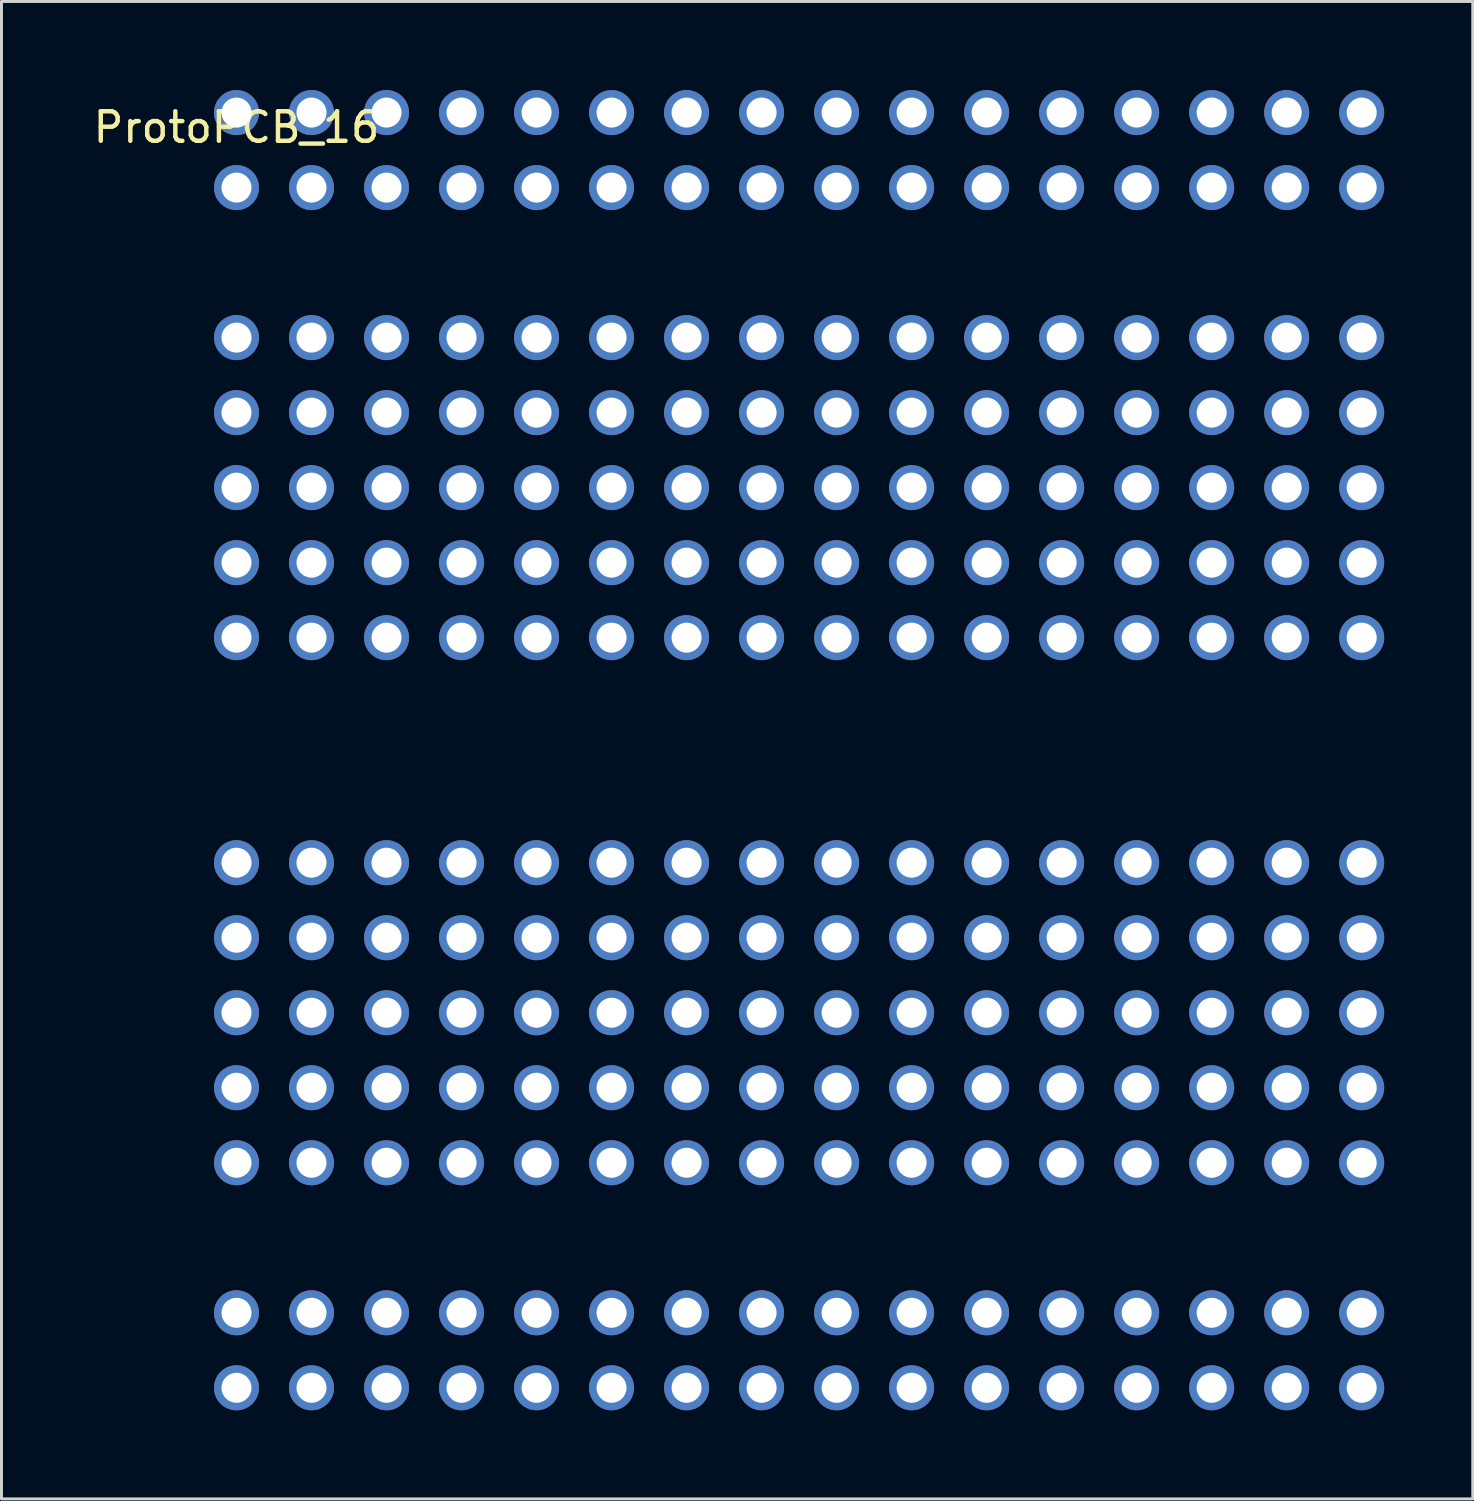
<source format=kicad_pcb>
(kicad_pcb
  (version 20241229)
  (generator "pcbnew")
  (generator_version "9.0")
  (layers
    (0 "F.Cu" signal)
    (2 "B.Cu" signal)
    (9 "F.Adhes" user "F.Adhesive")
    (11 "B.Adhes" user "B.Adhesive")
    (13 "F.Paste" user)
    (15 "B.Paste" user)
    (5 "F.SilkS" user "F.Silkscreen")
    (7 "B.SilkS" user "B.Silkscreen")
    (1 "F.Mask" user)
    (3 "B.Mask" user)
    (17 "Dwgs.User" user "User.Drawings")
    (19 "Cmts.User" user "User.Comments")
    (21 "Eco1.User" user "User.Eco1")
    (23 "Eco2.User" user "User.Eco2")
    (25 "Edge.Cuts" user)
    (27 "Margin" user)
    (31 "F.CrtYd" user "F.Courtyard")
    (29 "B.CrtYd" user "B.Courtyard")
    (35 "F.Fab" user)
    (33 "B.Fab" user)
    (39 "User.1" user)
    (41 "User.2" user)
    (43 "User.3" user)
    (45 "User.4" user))
  (footprint "ProtoPCB_16"
    (layer "F.Cu")
    (at 4.958 0.762)
    (property "Reference" "ProtoPCB_16" (at 0 0.5 0) (layer "F.SilkS") (effects (font (size 1 1) (thickness 0.15))))
    (attr through_hole)
    (pad "1" thru_hole circle (at 0 0) (size 1.524 1.524) (drill 1.016) (layers "*.Cu" "*.Mask"))
    (pad "1" thru_hole circle (at 0 2.54) (size 1.524 1.524) (drill 1.016) (layers "*.Cu" "*.Mask"))
    (pad "1" thru_hole circle (at 0 7.62) (size 1.524 1.524) (drill 1.016) (layers "*.Cu" "*.Mask"))
    (pad "1" thru_hole circle (at 0 10.16) (size 1.524 1.524) (drill 1.016) (layers "*.Cu" "*.Mask"))
    (pad "1" thru_hole circle (at 0 12.7) (size 1.524 1.524) (drill 1.016) (layers "*.Cu" "*.Mask"))
    (pad "1" thru_hole circle (at 0 15.24) (size 1.524 1.524) (drill 1.016) (layers "*.Cu" "*.Mask"))
    (pad "1" thru_hole circle (at 0 17.78) (size 1.524 1.524) (drill 1.016) (layers "*.Cu" "*.Mask"))
    (pad "1" thru_hole circle (at 0 25.4) (size 1.524 1.524) (drill 1.016) (layers "*.Cu" "*.Mask"))
    (pad "1" thru_hole circle (at 0 27.94) (size 1.524 1.524) (drill 1.016) (layers "*.Cu" "*.Mask"))
    (pad "1" thru_hole circle (at 0 30.48) (size 1.524 1.524) (drill 1.016) (layers "*.Cu" "*.Mask"))
    (pad "1" thru_hole circle (at 0 33.02) (size 1.524 1.524) (drill 1.016) (layers "*.Cu" "*.Mask"))
    (pad "1" thru_hole circle (at 0 35.56) (size 1.524 1.524) (drill 1.016) (layers "*.Cu" "*.Mask"))
    (pad "1" thru_hole circle (at 0 40.64) (size 1.524 1.524) (drill 1.016) (layers "*.Cu" "*.Mask"))
    (pad "1" thru_hole circle (at 0 43.18) (size 1.524 1.524) (drill 1.016) (layers "*.Cu" "*.Mask"))
    (pad "1" thru_hole circle (at 2.54 0) (size 1.524 1.524) (drill 1.016) (layers "*.Cu" "*.Mask"))
    (pad "1" thru_hole circle (at 2.54 2.54) (size 1.524 1.524) (drill 1.016) (layers "*.Cu" "*.Mask"))
    (pad "1" thru_hole circle (at 2.54 7.62) (size 1.524 1.524) (drill 1.016) (layers "*.Cu" "*.Mask"))
    (pad "1" thru_hole circle (at 2.54 10.16) (size 1.524 1.524) (drill 1.016) (layers "*.Cu" "*.Mask"))
    (pad "1" thru_hole circle (at 2.54 12.7) (size 1.524 1.524) (drill 1.016) (layers "*.Cu" "*.Mask"))
    (pad "1" thru_hole circle (at 2.54 15.24) (size 1.524 1.524) (drill 1.016) (layers "*.Cu" "*.Mask"))
    (pad "1" thru_hole circle (at 2.54 17.78) (size 1.524 1.524) (drill 1.016) (layers "*.Cu" "*.Mask"))
    (pad "1" thru_hole circle (at 2.54 25.4) (size 1.524 1.524) (drill 1.016) (layers "*.Cu" "*.Mask"))
    (pad "1" thru_hole circle (at 2.54 27.94) (size 1.524 1.524) (drill 1.016) (layers "*.Cu" "*.Mask"))
    (pad "1" thru_hole circle (at 2.54 30.48) (size 1.524 1.524) (drill 1.016) (layers "*.Cu" "*.Mask"))
    (pad "1" thru_hole circle (at 2.54 33.02) (size 1.524 1.524) (drill 1.016) (layers "*.Cu" "*.Mask"))
    (pad "1" thru_hole circle (at 2.54 35.56) (size 1.524 1.524) (drill 1.016) (layers "*.Cu" "*.Mask"))
    (pad "1" thru_hole circle (at 2.54 40.64) (size 1.524 1.524) (drill 1.016) (layers "*.Cu" "*.Mask"))
    (pad "1" thru_hole circle (at 2.54 43.18) (size 1.524 1.524) (drill 1.016) (layers "*.Cu" "*.Mask"))
    (pad "1" thru_hole circle (at 5.08 0) (size 1.524 1.524) (drill 1.016) (layers "*.Cu" "*.Mask"))
    (pad "1" thru_hole circle (at 5.08 2.54) (size 1.524 1.524) (drill 1.016) (layers "*.Cu" "*.Mask"))
    (pad "1" thru_hole circle (at 5.08 7.62) (size 1.524 1.524) (drill 1.016) (layers "*.Cu" "*.Mask"))
    (pad "1" thru_hole circle (at 5.08 10.16) (size 1.524 1.524) (drill 1.016) (layers "*.Cu" "*.Mask"))
    (pad "1" thru_hole circle (at 5.08 12.7) (size 1.524 1.524) (drill 1.016) (layers "*.Cu" "*.Mask"))
    (pad "1" thru_hole circle (at 5.08 15.24) (size 1.524 1.524) (drill 1.016) (layers "*.Cu" "*.Mask"))
    (pad "1" thru_hole circle (at 5.08 17.78) (size 1.524 1.524) (drill 1.016) (layers "*.Cu" "*.Mask"))
    (pad "1" thru_hole circle (at 5.08 25.4) (size 1.524 1.524) (drill 1.016) (layers "*.Cu" "*.Mask"))
    (pad "1" thru_hole circle (at 5.08 27.94) (size 1.524 1.524) (drill 1.016) (layers "*.Cu" "*.Mask"))
    (pad "1" thru_hole circle (at 5.08 30.48) (size 1.524 1.524) (drill 1.016) (layers "*.Cu" "*.Mask"))
    (pad "1" thru_hole circle (at 5.08 33.02) (size 1.524 1.524) (drill 1.016) (layers "*.Cu" "*.Mask"))
    (pad "1" thru_hole circle (at 5.08 35.56) (size 1.524 1.524) (drill 1.016) (layers "*.Cu" "*.Mask"))
    (pad "1" thru_hole circle (at 5.08 40.64) (size 1.524 1.524) (drill 1.016) (layers "*.Cu" "*.Mask"))
    (pad "1" thru_hole circle (at 5.08 43.18) (size 1.524 1.524) (drill 1.016) (layers "*.Cu" "*.Mask"))
    (pad "1" thru_hole circle (at 7.62 0) (size 1.524 1.524) (drill 1.016) (layers "*.Cu" "*.Mask"))
    (pad "1" thru_hole circle (at 7.62 2.54) (size 1.524 1.524) (drill 1.016) (layers "*.Cu" "*.Mask"))
    (pad "1" thru_hole circle (at 7.62 7.62) (size 1.524 1.524) (drill 1.016) (layers "*.Cu" "*.Mask"))
    (pad "1" thru_hole circle (at 7.62 10.16) (size 1.524 1.524) (drill 1.016) (layers "*.Cu" "*.Mask"))
    (pad "1" thru_hole circle (at 7.62 12.7) (size 1.524 1.524) (drill 1.016) (layers "*.Cu" "*.Mask"))
    (pad "1" thru_hole circle (at 7.62 15.24) (size 1.524 1.524) (drill 1.016) (layers "*.Cu" "*.Mask"))
    (pad "1" thru_hole circle (at 7.62 17.78) (size 1.524 1.524) (drill 1.016) (layers "*.Cu" "*.Mask"))
    (pad "1" thru_hole circle (at 7.62 25.4) (size 1.524 1.524) (drill 1.016) (layers "*.Cu" "*.Mask"))
    (pad "1" thru_hole circle (at 7.62 27.94) (size 1.524 1.524) (drill 1.016) (layers "*.Cu" "*.Mask"))
    (pad "1" thru_hole circle (at 7.62 30.48) (size 1.524 1.524) (drill 1.016) (layers "*.Cu" "*.Mask"))
    (pad "1" thru_hole circle (at 7.62 33.02) (size 1.524 1.524) (drill 1.016) (layers "*.Cu" "*.Mask"))
    (pad "1" thru_hole circle (at 7.62 35.56) (size 1.524 1.524) (drill 1.016) (layers "*.Cu" "*.Mask"))
    (pad "1" thru_hole circle (at 7.62 40.64) (size 1.524 1.524) (drill 1.016) (layers "*.Cu" "*.Mask"))
    (pad "1" thru_hole circle (at 7.62 43.18) (size 1.524 1.524) (drill 1.016) (layers "*.Cu" "*.Mask"))
    (pad "1" thru_hole circle (at 10.16 0) (size 1.524 1.524) (drill 1.016) (layers "*.Cu" "*.Mask"))
    (pad "1" thru_hole circle (at 10.16 2.54) (size 1.524 1.524) (drill 1.016) (layers "*.Cu" "*.Mask"))
    (pad "1" thru_hole circle (at 10.16 7.62) (size 1.524 1.524) (drill 1.016) (layers "*.Cu" "*.Mask"))
    (pad "1" thru_hole circle (at 10.16 10.16) (size 1.524 1.524) (drill 1.016) (layers "*.Cu" "*.Mask"))
    (pad "1" thru_hole circle (at 10.16 12.7) (size 1.524 1.524) (drill 1.016) (layers "*.Cu" "*.Mask"))
    (pad "1" thru_hole circle (at 10.16 15.24) (size 1.524 1.524) (drill 1.016) (layers "*.Cu" "*.Mask"))
    (pad "1" thru_hole circle (at 10.16 17.78) (size 1.524 1.524) (drill 1.016) (layers "*.Cu" "*.Mask"))
    (pad "1" thru_hole circle (at 10.16 25.4) (size 1.524 1.524) (drill 1.016) (layers "*.Cu" "*.Mask"))
    (pad "1" thru_hole circle (at 10.16 27.94) (size 1.524 1.524) (drill 1.016) (layers "*.Cu" "*.Mask"))
    (pad "1" thru_hole circle (at 10.16 30.48) (size 1.524 1.524) (drill 1.016) (layers "*.Cu" "*.Mask"))
    (pad "1" thru_hole circle (at 10.16 33.02) (size 1.524 1.524) (drill 1.016) (layers "*.Cu" "*.Mask"))
    (pad "1" thru_hole circle (at 10.16 35.56) (size 1.524 1.524) (drill 1.016) (layers "*.Cu" "*.Mask"))
    (pad "1" thru_hole circle (at 10.16 40.64) (size 1.524 1.524) (drill 1.016) (layers "*.Cu" "*.Mask"))
    (pad "1" thru_hole circle (at 10.16 43.18) (size 1.524 1.524) (drill 1.016) (layers "*.Cu" "*.Mask"))
    (pad "1" thru_hole circle (at 12.7 0) (size 1.524 1.524) (drill 1.016) (layers "*.Cu" "*.Mask"))
    (pad "1" thru_hole circle (at 12.7 2.54) (size 1.524 1.524) (drill 1.016) (layers "*.Cu" "*.Mask"))
    (pad "1" thru_hole circle (at 12.7 7.62) (size 1.524 1.524) (drill 1.016) (layers "*.Cu" "*.Mask"))
    (pad "1" thru_hole circle (at 12.7 10.16) (size 1.524 1.524) (drill 1.016) (layers "*.Cu" "*.Mask"))
    (pad "1" thru_hole circle (at 12.7 12.7) (size 1.524 1.524) (drill 1.016) (layers "*.Cu" "*.Mask"))
    (pad "1" thru_hole circle (at 12.7 15.24) (size 1.524 1.524) (drill 1.016) (layers "*.Cu" "*.Mask"))
    (pad "1" thru_hole circle (at 12.7 17.78) (size 1.524 1.524) (drill 1.016) (layers "*.Cu" "*.Mask"))
    (pad "1" thru_hole circle (at 12.7 25.4) (size 1.524 1.524) (drill 1.016) (layers "*.Cu" "*.Mask"))
    (pad "1" thru_hole circle (at 12.7 27.94) (size 1.524 1.524) (drill 1.016) (layers "*.Cu" "*.Mask"))
    (pad "1" thru_hole circle (at 12.7 30.48) (size 1.524 1.524) (drill 1.016) (layers "*.Cu" "*.Mask"))
    (pad "1" thru_hole circle (at 12.7 33.02) (size 1.524 1.524) (drill 1.016) (layers "*.Cu" "*.Mask"))
    (pad "1" thru_hole circle (at 12.7 35.56) (size 1.524 1.524) (drill 1.016) (layers "*.Cu" "*.Mask"))
    (pad "1" thru_hole circle (at 12.7 40.64) (size 1.524 1.524) (drill 1.016) (layers "*.Cu" "*.Mask"))
    (pad "1" thru_hole circle (at 12.7 43.18) (size 1.524 1.524) (drill 1.016) (layers "*.Cu" "*.Mask"))
    (pad "1" thru_hole circle (at 15.24 0) (size 1.524 1.524) (drill 1.016) (layers "*.Cu" "*.Mask"))
    (pad "1" thru_hole circle (at 15.24 2.54) (size 1.524 1.524) (drill 1.016) (layers "*.Cu" "*.Mask"))
    (pad "1" thru_hole circle (at 15.24 7.62) (size 1.524 1.524) (drill 1.016) (layers "*.Cu" "*.Mask"))
    (pad "1" thru_hole circle (at 15.24 10.16) (size 1.524 1.524) (drill 1.016) (layers "*.Cu" "*.Mask"))
    (pad "1" thru_hole circle (at 15.24 12.7) (size 1.524 1.524) (drill 1.016) (layers "*.Cu" "*.Mask"))
    (pad "1" thru_hole circle (at 15.24 15.24) (size 1.524 1.524) (drill 1.016) (layers "*.Cu" "*.Mask"))
    (pad "1" thru_hole circle (at 15.24 17.78) (size 1.524 1.524) (drill 1.016) (layers "*.Cu" "*.Mask"))
    (pad "1" thru_hole circle (at 15.24 25.4) (size 1.524 1.524) (drill 1.016) (layers "*.Cu" "*.Mask"))
    (pad "1" thru_hole circle (at 15.24 27.94) (size 1.524 1.524) (drill 1.016) (layers "*.Cu" "*.Mask"))
    (pad "1" thru_hole circle (at 15.24 30.48) (size 1.524 1.524) (drill 1.016) (layers "*.Cu" "*.Mask"))
    (pad "1" thru_hole circle (at 15.24 33.02) (size 1.524 1.524) (drill 1.016) (layers "*.Cu" "*.Mask"))
    (pad "1" thru_hole circle (at 15.24 35.56) (size 1.524 1.524) (drill 1.016) (layers "*.Cu" "*.Mask"))
    (pad "1" thru_hole circle (at 15.24 40.64) (size 1.524 1.524) (drill 1.016) (layers "*.Cu" "*.Mask"))
    (pad "1" thru_hole circle (at 15.24 43.18) (size 1.524 1.524) (drill 1.016) (layers "*.Cu" "*.Mask"))
    (pad "1" thru_hole circle (at 17.78 0) (size 1.524 1.524) (drill 1.016) (layers "*.Cu" "*.Mask"))
    (pad "1" thru_hole circle (at 17.78 2.54) (size 1.524 1.524) (drill 1.016) (layers "*.Cu" "*.Mask"))
    (pad "1" thru_hole circle (at 17.78 7.62) (size 1.524 1.524) (drill 1.016) (layers "*.Cu" "*.Mask"))
    (pad "1" thru_hole circle (at 17.78 10.16) (size 1.524 1.524) (drill 1.016) (layers "*.Cu" "*.Mask"))
    (pad "1" thru_hole circle (at 17.78 12.7) (size 1.524 1.524) (drill 1.016) (layers "*.Cu" "*.Mask"))
    (pad "1" thru_hole circle (at 17.78 15.24) (size 1.524 1.524) (drill 1.016) (layers "*.Cu" "*.Mask"))
    (pad "1" thru_hole circle (at 17.78 17.78) (size 1.524 1.524) (drill 1.016) (layers "*.Cu" "*.Mask"))
    (pad "1" thru_hole circle (at 17.78 25.4) (size 1.524 1.524) (drill 1.016) (layers "*.Cu" "*.Mask"))
    (pad "1" thru_hole circle (at 17.78 27.94) (size 1.524 1.524) (drill 1.016) (layers "*.Cu" "*.Mask"))
    (pad "1" thru_hole circle (at 17.78 30.48) (size 1.524 1.524) (drill 1.016) (layers "*.Cu" "*.Mask"))
    (pad "1" thru_hole circle (at 17.78 33.02) (size 1.524 1.524) (drill 1.016) (layers "*.Cu" "*.Mask"))
    (pad "1" thru_hole circle (at 17.78 35.56) (size 1.524 1.524) (drill 1.016) (layers "*.Cu" "*.Mask"))
    (pad "1" thru_hole circle (at 17.78 40.64) (size 1.524 1.524) (drill 1.016) (layers "*.Cu" "*.Mask"))
    (pad "1" thru_hole circle (at 17.78 43.18) (size 1.524 1.524) (drill 1.016) (layers "*.Cu" "*.Mask"))
    (pad "1" thru_hole circle (at 20.32 0) (size 1.524 1.524) (drill 1.016) (layers "*.Cu" "*.Mask"))
    (pad "1" thru_hole circle (at 20.32 2.54) (size 1.524 1.524) (drill 1.016) (layers "*.Cu" "*.Mask"))
    (pad "1" thru_hole circle (at 20.32 7.62) (size 1.524 1.524) (drill 1.016) (layers "*.Cu" "*.Mask"))
    (pad "1" thru_hole circle (at 20.32 10.16) (size 1.524 1.524) (drill 1.016) (layers "*.Cu" "*.Mask"))
    (pad "1" thru_hole circle (at 20.32 12.7) (size 1.524 1.524) (drill 1.016) (layers "*.Cu" "*.Mask"))
    (pad "1" thru_hole circle (at 20.32 15.24) (size 1.524 1.524) (drill 1.016) (layers "*.Cu" "*.Mask"))
    (pad "1" thru_hole circle (at 20.32 17.78) (size 1.524 1.524) (drill 1.016) (layers "*.Cu" "*.Mask"))
    (pad "1" thru_hole circle (at 20.32 25.4) (size 1.524 1.524) (drill 1.016) (layers "*.Cu" "*.Mask"))
    (pad "1" thru_hole circle (at 20.32 27.94) (size 1.524 1.524) (drill 1.016) (layers "*.Cu" "*.Mask"))
    (pad "1" thru_hole circle (at 20.32 30.48) (size 1.524 1.524) (drill 1.016) (layers "*.Cu" "*.Mask"))
    (pad "1" thru_hole circle (at 20.32 33.02) (size 1.524 1.524) (drill 1.016) (layers "*.Cu" "*.Mask"))
    (pad "1" thru_hole circle (at 20.32 35.56) (size 1.524 1.524) (drill 1.016) (layers "*.Cu" "*.Mask"))
    (pad "1" thru_hole circle (at 20.32 40.64) (size 1.524 1.524) (drill 1.016) (layers "*.Cu" "*.Mask"))
    (pad "1" thru_hole circle (at 20.32 43.18) (size 1.524 1.524) (drill 1.016) (layers "*.Cu" "*.Mask"))
    (pad "1" thru_hole circle (at 22.86 0) (size 1.524 1.524) (drill 1.016) (layers "*.Cu" "*.Mask"))
    (pad "1" thru_hole circle (at 22.86 2.54) (size 1.524 1.524) (drill 1.016) (layers "*.Cu" "*.Mask"))
    (pad "1" thru_hole circle (at 22.86 7.62) (size 1.524 1.524) (drill 1.016) (layers "*.Cu" "*.Mask"))
    (pad "1" thru_hole circle (at 22.86 10.16) (size 1.524 1.524) (drill 1.016) (layers "*.Cu" "*.Mask"))
    (pad "1" thru_hole circle (at 22.86 12.7) (size 1.524 1.524) (drill 1.016) (layers "*.Cu" "*.Mask"))
    (pad "1" thru_hole circle (at 22.86 15.24) (size 1.524 1.524) (drill 1.016) (layers "*.Cu" "*.Mask"))
    (pad "1" thru_hole circle (at 22.86 17.78) (size 1.524 1.524) (drill 1.016) (layers "*.Cu" "*.Mask"))
    (pad "1" thru_hole circle (at 22.86 25.4) (size 1.524 1.524) (drill 1.016) (layers "*.Cu" "*.Mask"))
    (pad "1" thru_hole circle (at 22.86 27.94) (size 1.524 1.524) (drill 1.016) (layers "*.Cu" "*.Mask"))
    (pad "1" thru_hole circle (at 22.86 30.48) (size 1.524 1.524) (drill 1.016) (layers "*.Cu" "*.Mask"))
    (pad "1" thru_hole circle (at 22.86 33.02) (size 1.524 1.524) (drill 1.016) (layers "*.Cu" "*.Mask"))
    (pad "1" thru_hole circle (at 22.86 35.56) (size 1.524 1.524) (drill 1.016) (layers "*.Cu" "*.Mask"))
    (pad "1" thru_hole circle (at 22.86 40.64) (size 1.524 1.524) (drill 1.016) (layers "*.Cu" "*.Mask"))
    (pad "1" thru_hole circle (at 22.86 43.18) (size 1.524 1.524) (drill 1.016) (layers "*.Cu" "*.Mask"))
    (pad "1" thru_hole circle (at 25.4 0) (size 1.524 1.524) (drill 1.016) (layers "*.Cu" "*.Mask"))
    (pad "1" thru_hole circle (at 25.4 2.54) (size 1.524 1.524) (drill 1.016) (layers "*.Cu" "*.Mask"))
    (pad "1" thru_hole circle (at 25.4 7.62) (size 1.524 1.524) (drill 1.016) (layers "*.Cu" "*.Mask"))
    (pad "1" thru_hole circle (at 25.4 10.16) (size 1.524 1.524) (drill 1.016) (layers "*.Cu" "*.Mask"))
    (pad "1" thru_hole circle (at 25.4 12.7) (size 1.524 1.524) (drill 1.016) (layers "*.Cu" "*.Mask"))
    (pad "1" thru_hole circle (at 25.4 15.24) (size 1.524 1.524) (drill 1.016) (layers "*.Cu" "*.Mask"))
    (pad "1" thru_hole circle (at 25.4 17.78) (size 1.524 1.524) (drill 1.016) (layers "*.Cu" "*.Mask"))
    (pad "1" thru_hole circle (at 25.4 25.4) (size 1.524 1.524) (drill 1.016) (layers "*.Cu" "*.Mask"))
    (pad "1" thru_hole circle (at 25.4 27.94) (size 1.524 1.524) (drill 1.016) (layers "*.Cu" "*.Mask"))
    (pad "1" thru_hole circle (at 25.4 30.48) (size 1.524 1.524) (drill 1.016) (layers "*.Cu" "*.Mask"))
    (pad "1" thru_hole circle (at 25.4 33.02) (size 1.524 1.524) (drill 1.016) (layers "*.Cu" "*.Mask"))
    (pad "1" thru_hole circle (at 25.4 35.56) (size 1.524 1.524) (drill 1.016) (layers "*.Cu" "*.Mask"))
    (pad "1" thru_hole circle (at 25.4 40.64) (size 1.524 1.524) (drill 1.016) (layers "*.Cu" "*.Mask"))
    (pad "1" thru_hole circle (at 25.4 43.18) (size 1.524 1.524) (drill 1.016) (layers "*.Cu" "*.Mask"))
    (pad "1" thru_hole circle (at 27.94 0) (size 1.524 1.524) (drill 1.016) (layers "*.Cu" "*.Mask"))
    (pad "1" thru_hole circle (at 27.94 2.54) (size 1.524 1.524) (drill 1.016) (layers "*.Cu" "*.Mask"))
    (pad "1" thru_hole circle (at 27.94 7.62) (size 1.524 1.524) (drill 1.016) (layers "*.Cu" "*.Mask"))
    (pad "1" thru_hole circle (at 27.94 10.16) (size 1.524 1.524) (drill 1.016) (layers "*.Cu" "*.Mask"))
    (pad "1" thru_hole circle (at 27.94 12.7) (size 1.524 1.524) (drill 1.016) (layers "*.Cu" "*.Mask"))
    (pad "1" thru_hole circle (at 27.94 15.24) (size 1.524 1.524) (drill 1.016) (layers "*.Cu" "*.Mask"))
    (pad "1" thru_hole circle (at 27.94 17.78) (size 1.524 1.524) (drill 1.016) (layers "*.Cu" "*.Mask"))
    (pad "1" thru_hole circle (at 27.94 25.4) (size 1.524 1.524) (drill 1.016) (layers "*.Cu" "*.Mask"))
    (pad "1" thru_hole circle (at 27.94 27.94) (size 1.524 1.524) (drill 1.016) (layers "*.Cu" "*.Mask"))
    (pad "1" thru_hole circle (at 27.94 30.48) (size 1.524 1.524) (drill 1.016) (layers "*.Cu" "*.Mask"))
    (pad "1" thru_hole circle (at 27.94 33.02) (size 1.524 1.524) (drill 1.016) (layers "*.Cu" "*.Mask"))
    (pad "1" thru_hole circle (at 27.94 35.56) (size 1.524 1.524) (drill 1.016) (layers "*.Cu" "*.Mask"))
    (pad "1" thru_hole circle (at 27.94 40.64) (size 1.524 1.524) (drill 1.016) (layers "*.Cu" "*.Mask"))
    (pad "1" thru_hole circle (at 27.94 43.18) (size 1.524 1.524) (drill 1.016) (layers "*.Cu" "*.Mask"))
    (pad "1" thru_hole circle (at 30.48 0) (size 1.524 1.524) (drill 1.016) (layers "*.Cu" "*.Mask"))
    (pad "1" thru_hole circle (at 30.48 2.54) (size 1.524 1.524) (drill 1.016) (layers "*.Cu" "*.Mask"))
    (pad "1" thru_hole circle (at 30.48 7.62) (size 1.524 1.524) (drill 1.016) (layers "*.Cu" "*.Mask"))
    (pad "1" thru_hole circle (at 30.48 10.16) (size 1.524 1.524) (drill 1.016) (layers "*.Cu" "*.Mask"))
    (pad "1" thru_hole circle (at 30.48 12.7) (size 1.524 1.524) (drill 1.016) (layers "*.Cu" "*.Mask"))
    (pad "1" thru_hole circle (at 30.48 15.24) (size 1.524 1.524) (drill 1.016) (layers "*.Cu" "*.Mask"))
    (pad "1" thru_hole circle (at 30.48 17.78) (size 1.524 1.524) (drill 1.016) (layers "*.Cu" "*.Mask"))
    (pad "1" thru_hole circle (at 30.48 25.4) (size 1.524 1.524) (drill 1.016) (layers "*.Cu" "*.Mask"))
    (pad "1" thru_hole circle (at 30.48 27.94) (size 1.524 1.524) (drill 1.016) (layers "*.Cu" "*.Mask"))
    (pad "1" thru_hole circle (at 30.48 30.48) (size 1.524 1.524) (drill 1.016) (layers "*.Cu" "*.Mask"))
    (pad "1" thru_hole circle (at 30.48 33.02) (size 1.524 1.524) (drill 1.016) (layers "*.Cu" "*.Mask"))
    (pad "1" thru_hole circle (at 30.48 35.56) (size 1.524 1.524) (drill 1.016) (layers "*.Cu" "*.Mask"))
    (pad "1" thru_hole circle (at 30.48 40.64) (size 1.524 1.524) (drill 1.016) (layers "*.Cu" "*.Mask"))
    (pad "1" thru_hole circle (at 30.48 43.18) (size 1.524 1.524) (drill 1.016) (layers "*.Cu" "*.Mask"))
    (pad "1" thru_hole circle (at 33.02 0) (size 1.524 1.524) (drill 1.016) (layers "*.Cu" "*.Mask"))
    (pad "1" thru_hole circle (at 33.02 2.54) (size 1.524 1.524) (drill 1.016) (layers "*.Cu" "*.Mask"))
    (pad "1" thru_hole circle (at 33.02 7.62) (size 1.524 1.524) (drill 1.016) (layers "*.Cu" "*.Mask"))
    (pad "1" thru_hole circle (at 33.02 10.16) (size 1.524 1.524) (drill 1.016) (layers "*.Cu" "*.Mask"))
    (pad "1" thru_hole circle (at 33.02 12.7) (size 1.524 1.524) (drill 1.016) (layers "*.Cu" "*.Mask"))
    (pad "1" thru_hole circle (at 33.02 15.24) (size 1.524 1.524) (drill 1.016) (layers "*.Cu" "*.Mask"))
    (pad "1" thru_hole circle (at 33.02 17.78) (size 1.524 1.524) (drill 1.016) (layers "*.Cu" "*.Mask"))
    (pad "1" thru_hole circle (at 33.02 25.4) (size 1.524 1.524) (drill 1.016) (layers "*.Cu" "*.Mask"))
    (pad "1" thru_hole circle (at 33.02 27.94) (size 1.524 1.524) (drill 1.016) (layers "*.Cu" "*.Mask"))
    (pad "1" thru_hole circle (at 33.02 30.48) (size 1.524 1.524) (drill 1.016) (layers "*.Cu" "*.Mask"))
    (pad "1" thru_hole circle (at 33.02 33.02) (size 1.524 1.524) (drill 1.016) (layers "*.Cu" "*.Mask"))
    (pad "1" thru_hole circle (at 33.02 35.56) (size 1.524 1.524) (drill 1.016) (layers "*.Cu" "*.Mask"))
    (pad "1" thru_hole circle (at 33.02 40.64) (size 1.524 1.524) (drill 1.016) (layers "*.Cu" "*.Mask"))
    (pad "1" thru_hole circle (at 33.02 43.18) (size 1.524 1.524) (drill 1.016) (layers "*.Cu" "*.Mask"))
    (pad "1" thru_hole circle (at 35.56 0) (size 1.524 1.524) (drill 1.016) (layers "*.Cu" "*.Mask"))
    (pad "1" thru_hole circle (at 35.56 2.54) (size 1.524 1.524) (drill 1.016) (layers "*.Cu" "*.Mask"))
    (pad "1" thru_hole circle (at 35.56 7.62) (size 1.524 1.524) (drill 1.016) (layers "*.Cu" "*.Mask"))
    (pad "1" thru_hole circle (at 35.56 10.16) (size 1.524 1.524) (drill 1.016) (layers "*.Cu" "*.Mask"))
    (pad "1" thru_hole circle (at 35.56 12.7) (size 1.524 1.524) (drill 1.016) (layers "*.Cu" "*.Mask"))
    (pad "1" thru_hole circle (at 35.56 15.24) (size 1.524 1.524) (drill 1.016) (layers "*.Cu" "*.Mask"))
    (pad "1" thru_hole circle (at 35.56 17.78) (size 1.524 1.524) (drill 1.016) (layers "*.Cu" "*.Mask"))
    (pad "1" thru_hole circle (at 35.56 25.4) (size 1.524 1.524) (drill 1.016) (layers "*.Cu" "*.Mask"))
    (pad "1" thru_hole circle (at 35.56 27.94) (size 1.524 1.524) (drill 1.016) (layers "*.Cu" "*.Mask"))
    (pad "1" thru_hole circle (at 35.56 30.48) (size 1.524 1.524) (drill 1.016) (layers "*.Cu" "*.Mask"))
    (pad "1" thru_hole circle (at 35.56 33.02) (size 1.524 1.524) (drill 1.016) (layers "*.Cu" "*.Mask"))
    (pad "1" thru_hole circle (at 35.56 35.56) (size 1.524 1.524) (drill 1.016) (layers "*.Cu" "*.Mask"))
    (pad "1" thru_hole circle (at 35.56 40.64) (size 1.524 1.524) (drill 1.016) (layers "*.Cu" "*.Mask"))
    (pad "1" thru_hole circle (at 35.56 43.18) (size 1.524 1.524) (drill 1.016) (layers "*.Cu" "*.Mask"))
    (pad "1" thru_hole circle (at 38.1 0) (size 1.524 1.524) (drill 1.016) (layers "*.Cu" "*.Mask"))
    (pad "1" thru_hole circle (at 38.1 2.54) (size 1.524 1.524) (drill 1.016) (layers "*.Cu" "*.Mask"))
    (pad "1" thru_hole circle (at 38.1 7.62) (size 1.524 1.524) (drill 1.016) (layers "*.Cu" "*.Mask"))
    (pad "1" thru_hole circle (at 38.1 10.16) (size 1.524 1.524) (drill 1.016) (layers "*.Cu" "*.Mask"))
    (pad "1" thru_hole circle (at 38.1 12.7) (size 1.524 1.524) (drill 1.016) (layers "*.Cu" "*.Mask"))
    (pad "1" thru_hole circle (at 38.1 15.24) (size 1.524 1.524) (drill 1.016) (layers "*.Cu" "*.Mask"))
    (pad "1" thru_hole circle (at 38.1 17.78) (size 1.524 1.524) (drill 1.016) (layers "*.Cu" "*.Mask"))
    (pad "1" thru_hole circle (at 38.1 25.4) (size 1.524 1.524) (drill 1.016) (layers "*.Cu" "*.Mask"))
    (pad "1" thru_hole circle (at 38.1 27.94) (size 1.524 1.524) (drill 1.016) (layers "*.Cu" "*.Mask"))
    (pad "1" thru_hole circle (at 38.1 30.48) (size 1.524 1.524) (drill 1.016) (layers "*.Cu" "*.Mask"))
    (pad "1" thru_hole circle (at 38.1 33.02) (size 1.524 1.524) (drill 1.016) (layers "*.Cu" "*.Mask"))
    (pad "1" thru_hole circle (at 38.1 35.56) (size 1.524 1.524) (drill 1.016) (layers "*.Cu" "*.Mask"))
    (pad "1" thru_hole circle (at 38.1 40.64) (size 1.524 1.524) (drill 1.016) (layers "*.Cu" "*.Mask"))
    (pad "1" thru_hole circle (at 38.1 43.18) (size 1.524 1.524) (drill 1.016) (layers "*.Cu" "*.Mask")))
  (gr_rect
    (start -3 -3)
    (end 46.82 47.704)
    (stroke (width 0.1) (type default))
    (fill no)
    (layer "Edge.Cuts")))
</source>
